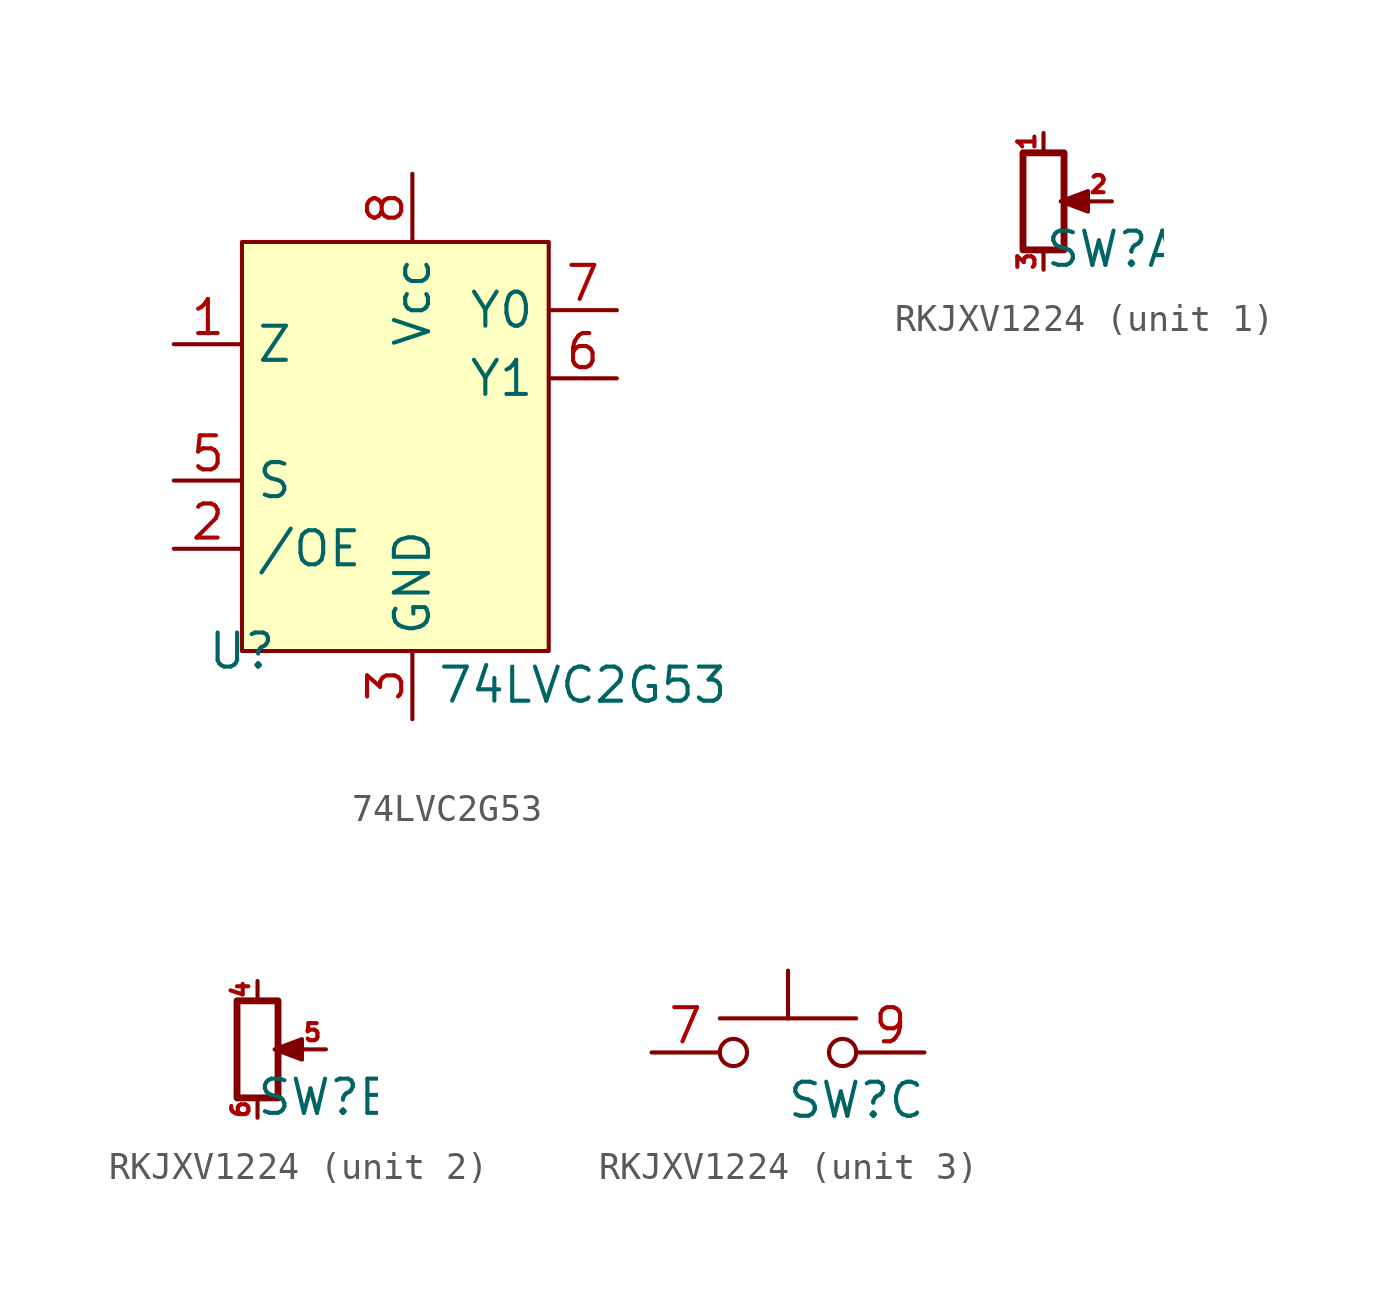
<source format=kicad_sym>
(kicad_symbol_lib
  (version 20231120)
  (generator "kicad_symbol_editor")
  (generator_version "8.0")
  (symbol "74LVC2G53"
    (property "Reference" "U"
      (at 0 0 0)
      (effects (font (size 1.27 1.27))))
    (property "Value" "74LVC2G53"
      (at 12.7 -1.27 0)
      (effects (font (size 1.27 1.27))))
    (symbol "74LVC2G53_1_1"
      (rectangle (start 0 15.24) (end 11.43 0) (stroke (width 0) (type default)) (fill (type background)))
      (pin bidirectional line (at -2.54 11.43 0) (length 2.54) (name "Z" (effects (font (size 1.27 1.27)))) (number "1" (effects (font (size 1.27 1.27)))))
      (pin input line (at -2.54 3.81 0) (length 2.54) (name "/OE" (effects (font (size 1.27 1.27)))) (number "2" (effects (font (size 1.27 1.27)))))
      (pin power_in line (at 6.35 -2.54 90) (length 2.54) (name "GND" (effects (font (size 1.27 1.27)))) (number "3" (effects (font (size 1.27 1.27)))))
      (pin power_in line (at 6.35 -2.54 90) (length 2.54) hide (name "GND" (effects (font (size 1.27 1.27)))) (number "4" (effects (font (size 1.27 1.27)))))
      (pin input line (at -2.54 6.35 0) (length 2.54) (name "S" (effects (font (size 1.27 1.27)))) (number "5" (effects (font (size 1.27 1.27)))))
      (pin bidirectional line (at 13.97 10.16 180) (length 2.54) (name "Y1" (effects (font (size 1.27 1.27)))) (number "6" (effects (font (size 1.27 1.27)))))
      (pin bidirectional line (at 13.97 12.7 180) (length 2.54) (name "Y0" (effects (font (size 1.27 1.27)))) (number "7" (effects (font (size 1.27 1.27)))))
      (pin power_in line (at 6.35 17.78 270) (length 2.54) (name "Vcc" (effects (font (size 1.27 1.27)))) (number "8" (effects (font (size 1.27 1.27)))))))
  (symbol "RKJXV1224"
    (pin_names hide)
    (property "Reference" "SW"
      (at 2.54 -1.778 0)
      (effects (font (size 1.27 1.27))))
    (property "Value" ""
      (at 0 0 0)
      (effects (font (size 1.27 1.27))))
    (property "ki_locked" ""
      (at 0 0 0)
      (effects (font (size 1.27 1.27))))
    (symbol "RKJXV1224_1_1"
      (rectangle (start -0.762 1.803) (end 0.762 -1.803) (stroke (width 0.254) (type default)) (fill (type none)))
      (polyline (pts (xy 0.889 0) (xy 0.635 0) (xy 1.651 0.381) (xy 1.651 -0.381) (xy 0.635 0) (xy 0.889 0)) (stroke (width 0) (type default)) (fill (type outline)))
      (pin passive line (at 0 2.54 270) (length 0.635) (name "1" (effects (font (size 0.635 0.635)))) (number "1" (effects (font (size 0.635 0.635)))))
      (pin passive line (at 2.54 0 180) (length 0.991) (name "2" (effects (font (size 0.635 0.635)))) (number "2" (effects (font (size 0.635 0.635)))))
      (pin passive line (at 0 -2.54 90) (length 0.635) (name "3" (effects (font (size 0.635 0.635)))) (number "3" (effects (font (size 0.635 0.635))))))
    (symbol "RKJXV1224_2_1"
      (rectangle (start -0.762 1.803) (end 0.762 -1.803) (stroke (width 0.254) (type default)) (fill (type none)))
      (polyline (pts (xy 0.889 0) (xy 0.635 0) (xy 1.651 0.381) (xy 1.651 -0.381) (xy 0.635 0) (xy 0.889 0)) (stroke (width 0) (type default)) (fill (type outline)))
      (pin passive line (at 0 2.54 270) (length 0.635) (name "4" (effects (font (size 0.635 0.635)))) (number "4" (effects (font (size 0.635 0.635)))))
      (pin passive line (at 2.54 0 180) (length 0.991) (name "5" (effects (font (size 0.635 0.635)))) (number "5" (effects (font (size 0.635 0.635)))))
      (pin passive line (at 0 -2.54 90) (length 0.635) (name "6" (effects (font (size 0.635 0.635)))) (number "6" (effects (font (size 0.635 0.635))))))
    (symbol "RKJXV1224_3_1"
      (circle (center -2.032 0) (radius 0.508) (stroke (width 0) (type default)) (fill (type none)))
      (polyline (pts (xy 0 1.27) (xy 0 3.048)) (stroke (width 0) (type default)) (fill (type none)))
      (polyline (pts (xy 2.54 1.27) (xy -2.54 1.27)) (stroke (width 0) (type default)) (fill (type none)))
      (circle (center 2.032 0) (radius 0.508) (stroke (width 0) (type default)) (fill (type none)))
      (pin passive line (at 5.08 0 180) (length 2.54) hide (name "B" (effects (font (size 1.27 1.27)))) (number "10" (effects (font (size 1.27 1.27)))))
      (pin passive line (at -5.08 0 0) (length 2.54) (name "A" (effects (font (size 1.27 1.27)))) (number "7" (effects (font (size 1.27 1.27)))))
      (pin passive line (at -5.08 0 0) (length 2.54) hide (name "A" (effects (font (size 1.27 1.27)))) (number "8" (effects (font (size 1.27 1.27)))))
      (pin passive line (at 5.08 0 180) (length 2.54) (name "B" (effects (font (size 1.27 1.27)))) (number "9" (effects (font (size 1.27 1.27))))))))
</source>
